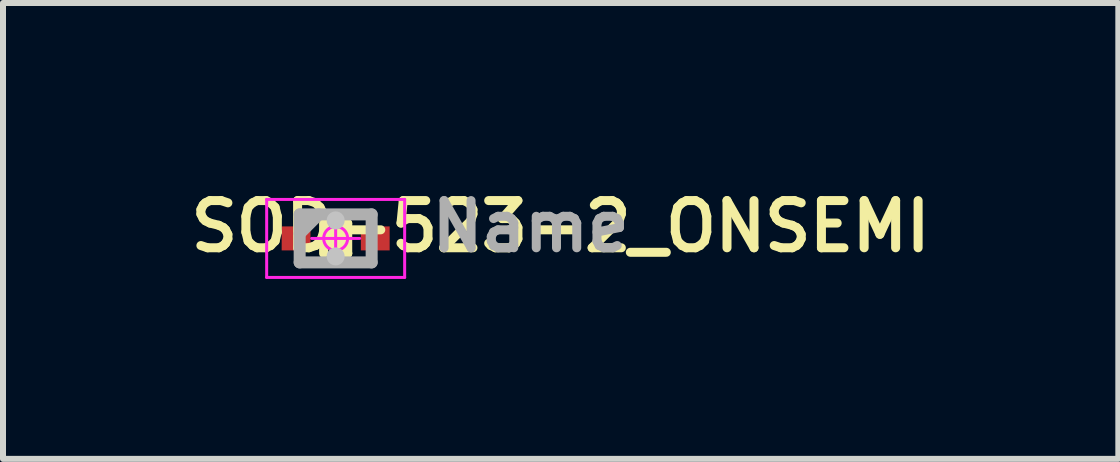
<source format=kicad_pcb>
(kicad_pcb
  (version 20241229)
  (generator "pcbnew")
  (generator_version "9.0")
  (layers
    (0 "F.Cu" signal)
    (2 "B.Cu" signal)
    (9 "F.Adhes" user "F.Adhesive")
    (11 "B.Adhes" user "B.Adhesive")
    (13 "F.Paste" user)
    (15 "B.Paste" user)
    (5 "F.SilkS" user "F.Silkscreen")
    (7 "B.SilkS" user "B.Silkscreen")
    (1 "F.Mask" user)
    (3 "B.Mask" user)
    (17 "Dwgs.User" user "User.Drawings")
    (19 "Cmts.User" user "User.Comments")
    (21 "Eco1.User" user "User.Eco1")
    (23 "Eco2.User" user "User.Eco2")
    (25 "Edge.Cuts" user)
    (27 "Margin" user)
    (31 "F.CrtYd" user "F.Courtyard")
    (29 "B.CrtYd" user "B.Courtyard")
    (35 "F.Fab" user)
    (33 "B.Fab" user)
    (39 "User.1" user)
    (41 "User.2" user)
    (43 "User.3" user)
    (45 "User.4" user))
  (footprint "SOD-523-2_ONSEMI"
    (layer "F.Cu")
    (at 2.545 0.924)
    (property "Reference" "SOD-523-2_ONSEMI" (at 3.75 -0.2 0) (layer "F.SilkS") (effects (font (size 0.787 0.787) (thickness 0.15))))
    (attr smd)
    (fp_poly (pts (xy -0.9 -0.2) (xy -0.42 -0.2) (xy -0.42 0.2) (xy -0.9 0.2)) (stroke (width 0.01) (type solid)) (fill yes) (layer "F.Mask"))
    (fp_poly (pts (xy 0.9 0.2) (xy 0.42 0.2) (xy 0.42 -0.2) (xy 0.9 -0.2)) (stroke (width 0.01) (type solid)) (fill yes) (layer "F.Mask"))
    (fp_line (start -0.2 -0.25) (end -0.2 0) (stroke (width 0.152) (type solid)) (layer "F.SilkS"))
    (fp_line (start -0.2 0) (end -0.2 0.25) (stroke (width 0.152) (type solid)) (layer "F.SilkS"))
    (fp_line (start -0.2 0) (end 0.2 0.25) (stroke (width 0.152) (type solid)) (layer "F.SilkS"))
    (fp_line (start -0.05 -0.05) (end 0.1 -0.1) (stroke (width 0.152) (type solid)) (layer "F.SilkS"))
    (fp_line (start 0.1 -0.1) (end 0.1 0.05) (stroke (width 0.152) (type solid)) (layer "F.SilkS"))
    (fp_line (start 0.2 -0.25) (end -0.2 0) (stroke (width 0.152) (type solid)) (layer "F.SilkS"))
    (fp_line (start 0.2 -0.25) (end 0.2 0.25) (stroke (width 0.152) (type solid)) (layer "F.SilkS"))
    (fp_line (start 0.2 0.25) (end -0.05 -0.05) (stroke (width 0.152) (type solid)) (layer "F.SilkS"))
    (fp_line (start -0.865 0.11) (end -0.865 -0.115) (stroke (width 0.05) (type solid)) (layer "F.Paste"))
    (fp_line (start -0.815 -0.165) (end -0.51 -0.165) (stroke (width 0.05) (type solid)) (layer "F.Paste"))
    (fp_line (start -0.51 0.16) (end -0.815 0.16) (stroke (width 0.05) (type solid)) (layer "F.Paste"))
    (fp_line (start -0.46 -0.115) (end -0.46 0.11) (stroke (width 0.05) (type solid)) (layer "F.Paste"))
    (fp_line (start 0.46 0.115) (end 0.46 -0.11) (stroke (width 0.05) (type solid)) (layer "F.Paste"))
    (fp_line (start 0.51 -0.16) (end 0.815 -0.16) (stroke (width 0.05) (type solid)) (layer "F.Paste"))
    (fp_line (start 0.815 0.165) (end 0.51 0.165) (stroke (width 0.05) (type solid)) (layer "F.Paste"))
    (fp_line (start 0.865 -0.11) (end 0.865 0.115) (stroke (width 0.05) (type solid)) (layer "F.Paste"))
    (fp_arc (start -0.865 -0.115) (mid -0.850355 -0.150355) (end -0.815 -0.165) (stroke (width 0.05) (type solid)) (layer "F.Paste"))
    (fp_arc (start -0.815 0.16) (mid -0.850355 0.145355) (end -0.865 0.11) (stroke (width 0.05) (type solid)) (layer "F.Paste"))
    (fp_arc (start -0.51 -0.165) (mid -0.474645 -0.150355) (end -0.46 -0.115) (stroke (width 0.05) (type solid)) (layer "F.Paste"))
    (fp_arc (start -0.46 0.11) (mid -0.474645 0.145355) (end -0.51 0.16) (stroke (width 0.05) (type solid)) (layer "F.Paste"))
    (fp_arc (start 0.46 -0.11) (mid 0.474645 -0.145355) (end 0.51 -0.16) (stroke (width 0.05) (type solid)) (layer "F.Paste"))
    (fp_arc (start 0.51 0.165) (mid 0.474645 0.150355) (end 0.46 0.115) (stroke (width 0.05) (type solid)) (layer "F.Paste"))
    (fp_arc (start 0.815 -0.16) (mid 0.850355 -0.145355) (end 0.865 -0.11) (stroke (width 0.05) (type solid)) (layer "F.Paste"))
    (fp_arc (start 0.865 0.115) (mid 0.850355 0.150355) (end 0.815 0.165) (stroke (width 0.05) (type solid)) (layer "F.Paste"))
    (fp_poly (pts (xy -0.855 -0.15) (xy -0.47 -0.15) (xy -0.47 0.155) (xy -0.855 0.155)) (stroke (width 0.01) (type solid)) (fill yes) (layer "F.Paste"))
    (fp_poly (pts (xy 0.855 0.15) (xy 0.47 0.15) (xy 0.47 -0.155) (xy 0.855 -0.155)) (stroke (width 0.01) (type solid)) (fill yes) (layer "F.Paste"))
    (fp_circle (center 0 -0.3) (end 0.15 -0.3) (stroke (width 0) (type solid)) (fill yes) (layer "Dwgs.User"))
    (fp_circle (center 0 0.3) (end 0.15 0.3) (stroke (width 0) (type solid)) (fill yes) (layer "Dwgs.User"))
    (fp_line (start -1.15 -0.65) (end 1.15 -0.65) (stroke (width 0.05) (type solid)) (layer "F.CrtYd"))
    (fp_line (start -1.15 0.65) (end -1.15 -0.65) (stroke (width 0.05) (type solid)) (layer "F.CrtYd"))
    (fp_line (start -0.4 0) (end 0 0) (stroke (width 0.05) (type solid)) (layer "F.CrtYd"))
    (fp_line (start 0 -0.4) (end 0 0) (stroke (width 0.05) (type solid)) (layer "F.CrtYd"))
    (fp_line (start 0 0) (end 0 0.4) (stroke (width 0.05) (type solid)) (layer "F.CrtYd"))
    (fp_line (start 0 0) (end 0.4 0) (stroke (width 0.05) (type solid)) (layer "F.CrtYd"))
    (fp_line (start 1.15 -0.65) (end 1.15 0.65) (stroke (width 0.05) (type solid)) (layer "F.CrtYd"))
    (fp_line (start 1.15 0.65) (end -1.15 0.65) (stroke (width 0.05) (type solid)) (layer "F.CrtYd"))
    (fp_circle (center 0 0) (end 0.2 0) (stroke (width 0.05) (type solid)) (fill no) (layer "F.CrtYd"))
    (fp_line (start -0.6 -0.4) (end 0.6 -0.4) (stroke (width 0.2) (type solid)) (layer "F.Fab"))
    (fp_line (start -0.6 -0.08) (end -0.28 -0.4) (stroke (width 0.2) (type solid)) (layer "F.Fab"))
    (fp_line (start -0.6 0.4) (end -0.6 -0.4) (stroke (width 0.2) (type solid)) (layer "F.Fab"))
    (fp_line (start 0.6 -0.4) (end 0.6 0.4) (stroke (width 0.2) (type solid)) (layer "F.Fab"))
    (fp_line (start 0.6 0.4) (end -0.6 0.4) (stroke (width 0.2) (type solid)) (layer "F.Fab"))
    (fp_text user "Name" (at 3.25 -0.2 0) (layer "F.Fab") (effects (font (size 0.787 0.787) (thickness 0.15))))
    (pad "1" smd rect (at -0.66 0) (size 0.48 0.4) (layers "F.Cu"))
    (pad "2" smd rect (at 0.66 0) (size 0.48 0.4) (layers "F.Cu")))
  (gr_rect
    (start -3 -3)
    (end 15.591 4.599)
    (stroke (width 0.1) (type default))
    (fill no)
    (layer "Edge.Cuts")))
</source>
